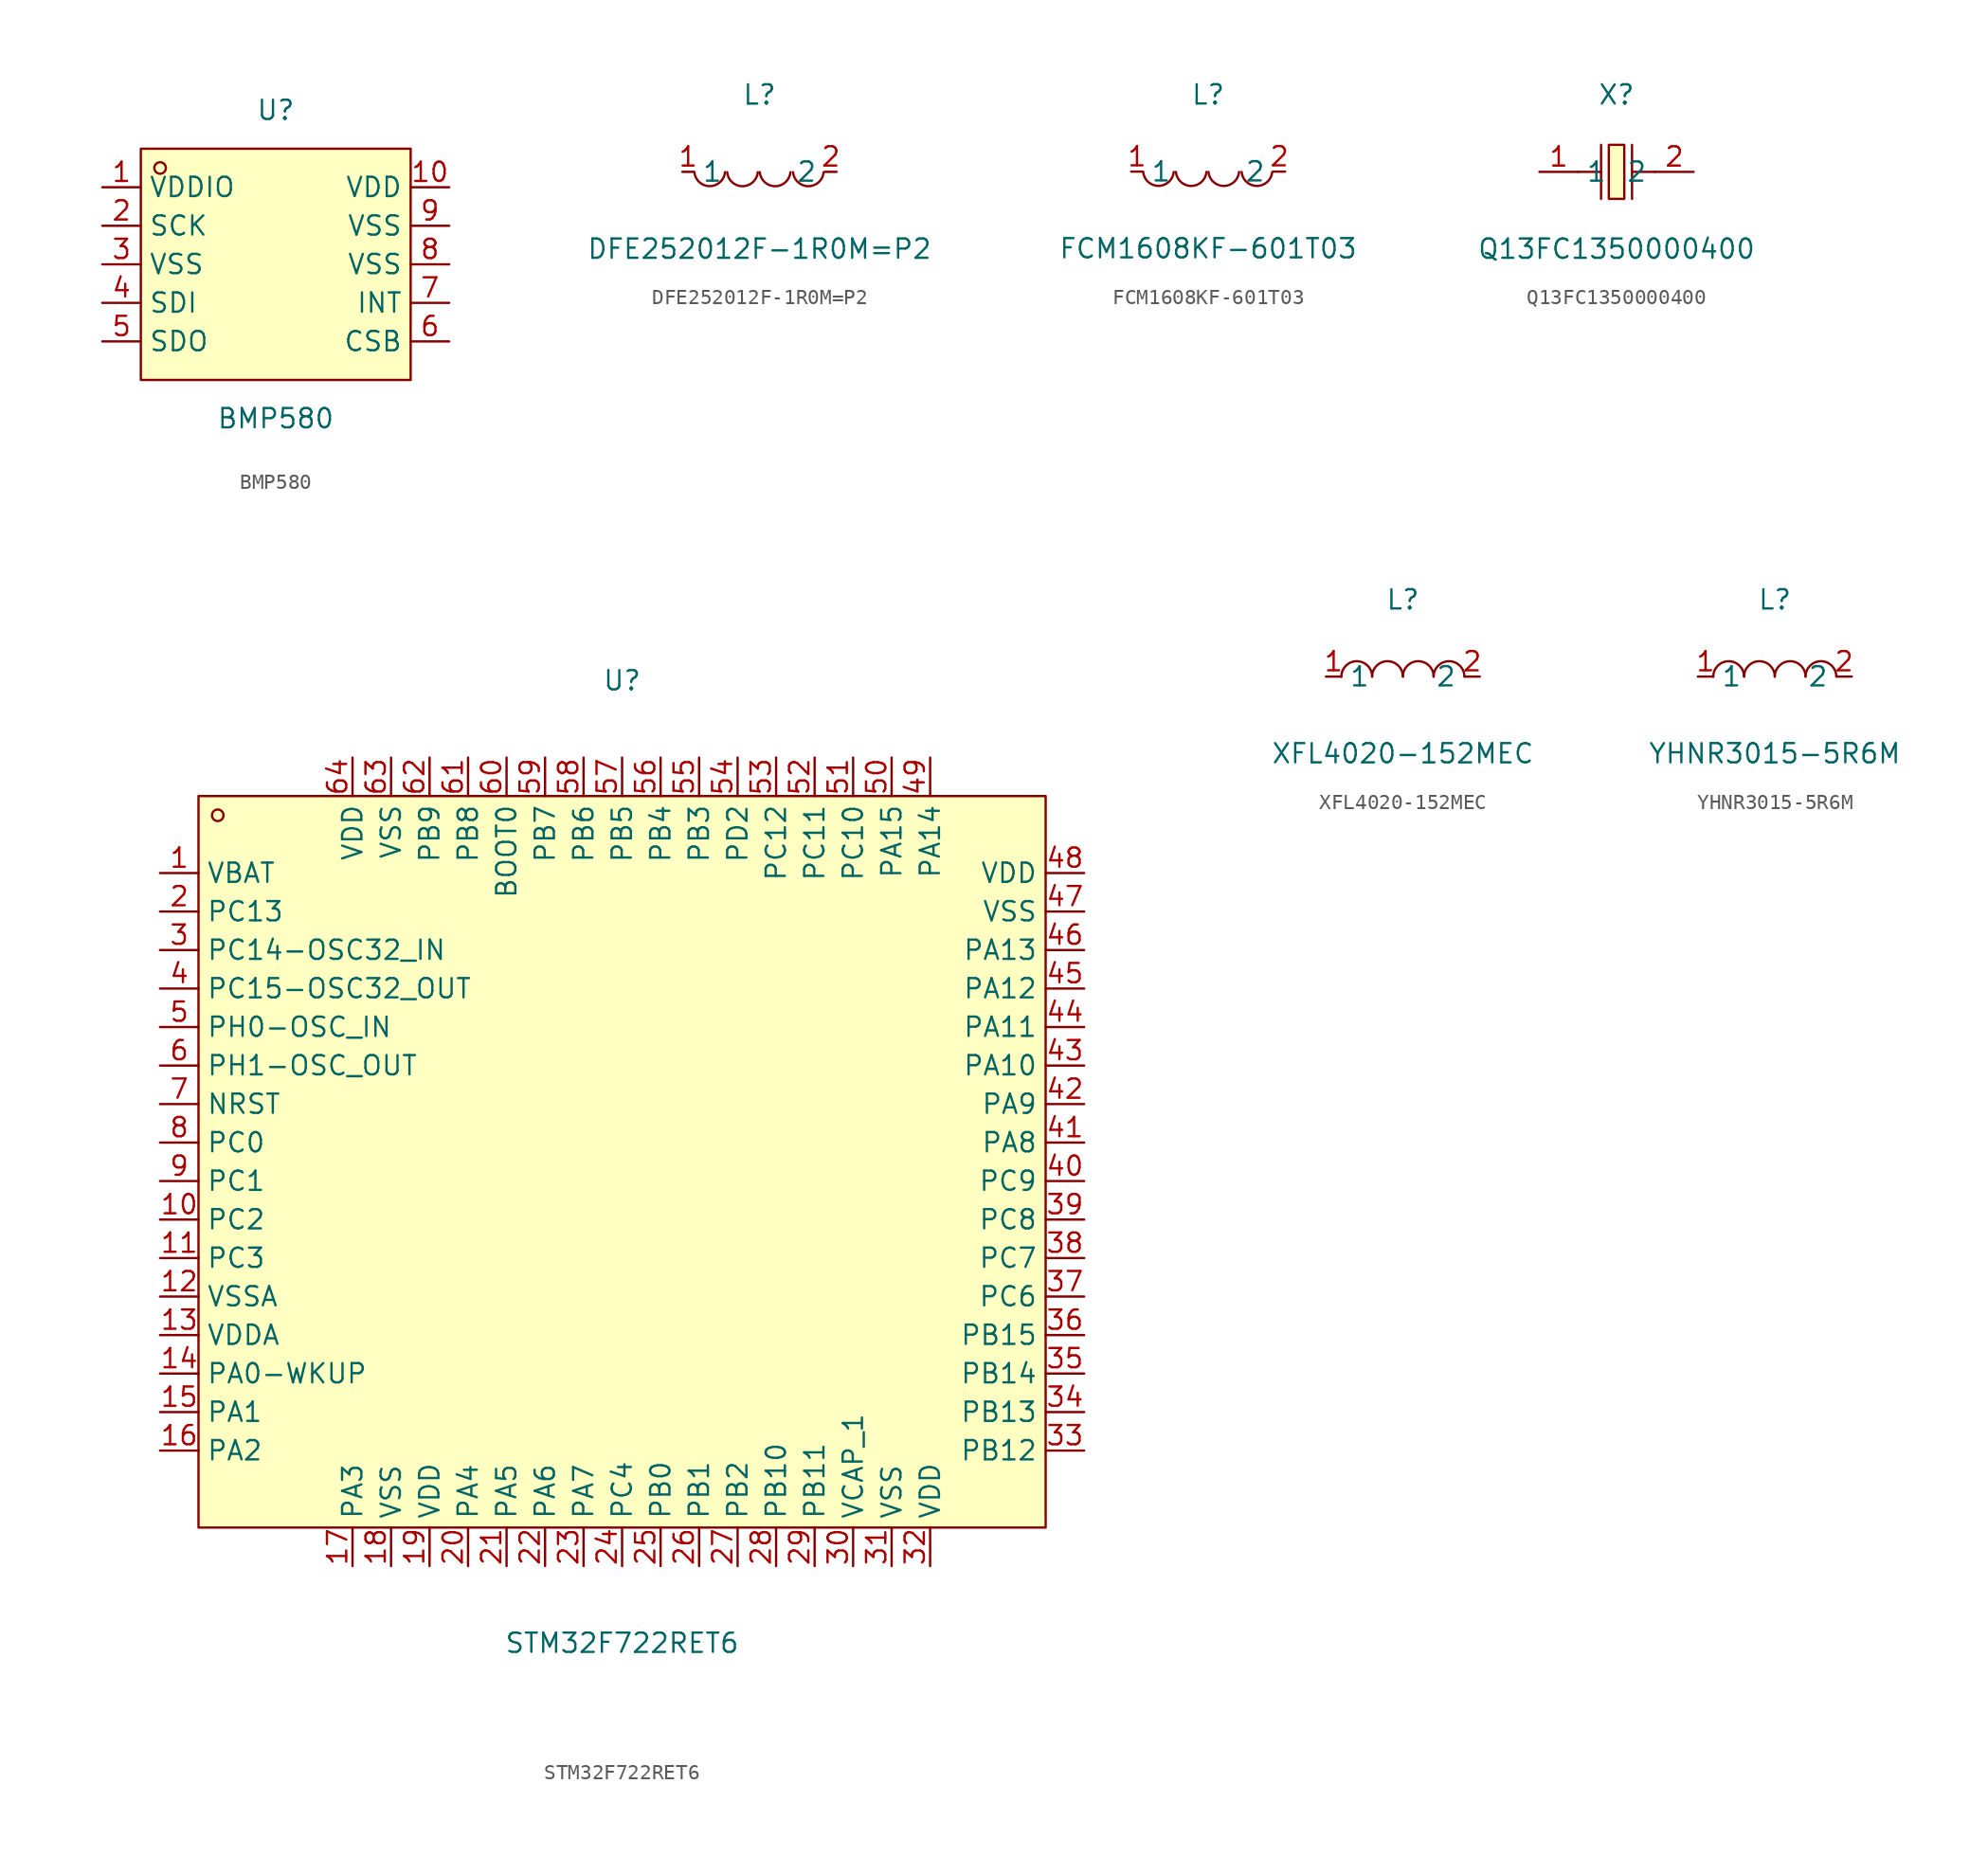
<source format=kicad_sym>
(kicad_symbol_lib
  (version 20211014)
  (generator https://github.com/uPesy/easyeda2kicad.py)
  (symbol "BMP580"
    (property "Reference" "U"
      (at 0 10.16 0)
      (effects (font (size 1.27 1.27))))
    (property "Value" "BMP580"
      (at 0 -10.16 0)
      (effects (font (size 1.27 1.27))))
    (symbol "BMP580_0_1"
      (rectangle (start -8.89 7.62) (end 8.89 -7.62) (stroke (width 0) (type default) (color 0 0 0 0)) (fill (type background)))
      (circle (center -7.62 6.35) (radius 0.38) (stroke (width 0) (type default) (color 0 0 0 0)) (fill (type none)))
      (pin unspecified line (at -11.43 5.08 0) (length 2.54) (name "VDDIO" (effects (font (size 1.27 1.27)))) (number "1" (effects (font (size 1.27 1.27)))))
      (pin unspecified line (at -11.43 2.54 0) (length 2.54) (name "SCK" (effects (font (size 1.27 1.27)))) (number "2" (effects (font (size 1.27 1.27)))))
      (pin unspecified line (at -11.43 -0.00 0) (length 2.54) (name "VSS" (effects (font (size 1.27 1.27)))) (number "3" (effects (font (size 1.27 1.27)))))
      (pin unspecified line (at -11.43 -2.54 0) (length 2.54) (name "SDI" (effects (font (size 1.27 1.27)))) (number "4" (effects (font (size 1.27 1.27)))))
      (pin unspecified line (at -11.43 -5.08 0) (length 2.54) (name "SDO" (effects (font (size 1.27 1.27)))) (number "5" (effects (font (size 1.27 1.27)))))
      (pin unspecified line (at 11.43 -5.08 180) (length 2.54) (name "CSB" (effects (font (size 1.27 1.27)))) (number "6" (effects (font (size 1.27 1.27)))))
      (pin unspecified line (at 11.43 -2.54 180) (length 2.54) (name "INT" (effects (font (size 1.27 1.27)))) (number "7" (effects (font (size 1.27 1.27)))))
      (pin unspecified line (at 11.43 -0.00 180) (length 2.54) (name "VSS" (effects (font (size 1.27 1.27)))) (number "8" (effects (font (size 1.27 1.27)))))
      (pin unspecified line (at 11.43 2.54 180) (length 2.54) (name "VSS" (effects (font (size 1.27 1.27)))) (number "9" (effects (font (size 1.27 1.27)))))
      (pin unspecified line (at 11.43 5.08 180) (length 2.54) (name "VDD" (effects (font (size 1.27 1.27)))) (number "10" (effects (font (size 1.27 1.27)))))))
  (symbol "DFE252012F-1R0M=P2"
    (property "Reference" "L"
      (at 0 5.08 0)
      (effects (font (size 1.27 1.27))))
    (property "Value" "DFE252012F-1R0M=P2"
      (at 0 -5.08 0)
      (effects (font (size 1.27 1.27))))
    (symbol "DFE252012F-1R0M=P2_0_1"
      (arc (start 2.21 -0.02) (mid 3.68 -1.01) (end 4.23 -0.02) (stroke (width 0) (type default) (color 0 0 0 0)) (fill (type none)))
      (arc (start 0.02 -0.02) (mid 1.49 -1.01) (end 2.04 -0.02) (stroke (width 0) (type default) (color 0 0 0 0)) (fill (type none)))
      (arc (start -2.13 -0.02) (mid -0.66 -1.01) (end -0.11 -0.02) (stroke (width 0) (type default) (color 0 0 0 0)) (fill (type none)))
      (arc (start -4.29 -0.02) (mid -2.81 -1.01) (end -2.27 -0.02) (stroke (width 0) (type default) (color 0 0 0 0)) (fill (type none)))
      (pin unspecified line (at -5.08 -0.00 0) (length 0.762) (name "1" (effects (font (size 1.27 1.27)))) (number "1" (effects (font (size 1.27 1.27)))))
      (pin unspecified line (at 5.08 -0.00 180) (length 0.762) (name "2" (effects (font (size 1.27 1.27)))) (number "2" (effects (font (size 1.27 1.27)))))))
  (symbol "FCM1608KF-601T03"
    (property "Reference" "L"
      (at 0 5.08 0)
      (effects (font (size 1.27 1.27))))
    (property "Value" "FCM1608KF-601T03"
      (at 0 -5.08 0)
      (effects (font (size 1.27 1.27))))
    (symbol "FCM1608KF-601T03_0_1"
      (arc (start -4.29 -0.02) (mid -2.81 -1.01) (end -2.27 -0.02) (stroke (width 0) (type default) (color 0 0 0 0)) (fill (type none)))
      (arc (start -2.13 -0.02) (mid -0.66 -1.01) (end -0.11 -0.02) (stroke (width 0) (type default) (color 0 0 0 0)) (fill (type none)))
      (arc (start 0.02 -0.02) (mid 1.49 -1.01) (end 2.04 -0.02) (stroke (width 0) (type default) (color 0 0 0 0)) (fill (type none)))
      (arc (start 2.21 -0.02) (mid 3.68 -1.01) (end 4.23 -0.02) (stroke (width 0) (type default) (color 0 0 0 0)) (fill (type none)))
      (pin unspecified line (at 5.08 -0.00 180) (length 0.762) (name "2" (effects (font (size 1.27 1.27)))) (number "2" (effects (font (size 1.27 1.27)))))
      (pin unspecified line (at -5.08 -0.00 0) (length 0.762) (name "1" (effects (font (size 1.27 1.27)))) (number "1" (effects (font (size 1.27 1.27)))))))
  (symbol "Q13FC1350000400"
    (property "Reference" "X"
      (at 0 5.08 0)
      (effects (font (size 1.27 1.27))))
    (property "Value" "Q13FC1350000400"
      (at 0 -5.08 0)
      (effects (font (size 1.27 1.27))))
    (symbol "Q13FC1350000400_0_1"
      (rectangle (start -0.51 1.78) (end 0.51 -1.78) (stroke (width 0) (type default) (color 0 0 0 0)) (fill (type background)))
      (polyline (pts (xy -1.02 1.78) (xy -1.02 -1.78)) (stroke (width 0) (type default) (color 0 0 0 0)) (fill (type none)))
      (polyline (pts (xy 1.02 1.78) (xy 1.02 -1.78)) (stroke (width 0) (type default) (color 0 0 0 0)) (fill (type none)))
      (polyline (pts (xy -2.54 -0.00) (xy -1.02 -0.00)) (stroke (width 0) (type default) (color 0 0 0 0)) (fill (type none)))
      (polyline (pts (xy 1.02 -0.00) (xy 2.54 -0.00)) (stroke (width 0) (type default) (color 0 0 0 0)) (fill (type none)))
      (pin unspecified line (at -5.08 -0.00 0) (length 2.54) (name "1" (effects (font (size 1.27 1.27)))) (number "1" (effects (font (size 1.27 1.27)))))
      (pin unspecified line (at 5.08 -0.00 180) (length 2.54) (name "2" (effects (font (size 1.27 1.27)))) (number "2" (effects (font (size 1.27 1.27)))))))
  (symbol "STM32F722RET6"
    (property "Reference" "U"
      (at 0 33.02 0)
      (effects (font (size 1.27 1.27))))
    (property "Value" "STM32F722RET6"
      (at 0 -30.48 0)
      (effects (font (size 1.27 1.27))))
    (symbol "STM32F722RET6_0_1"
      (rectangle (start -27.94 25.40) (end 27.94 -22.86) (stroke (width 0) (type default) (color 0 0 0 0)) (fill (type background)))
      (circle (center -26.67 24.13) (radius 0.38) (stroke (width 0) (type default) (color 0 0 0 0)) (fill (type none)))
      (pin unspecified line (at -30.48 20.32 0) (length 2.54) (name "VBAT" (effects (font (size 1.27 1.27)))) (number "1" (effects (font (size 1.27 1.27)))))
      (pin unspecified line (at -30.48 17.78 0) (length 2.54) (name "PC13" (effects (font (size 1.27 1.27)))) (number "2" (effects (font (size 1.27 1.27)))))
      (pin unspecified line (at -30.48 15.24 0) (length 2.54) (name "PC14-OSC32_IN" (effects (font (size 1.27 1.27)))) (number "3" (effects (font (size 1.27 1.27)))))
      (pin unspecified line (at -30.48 12.70 0) (length 2.54) (name "PC15-OSC32_OUT" (effects (font (size 1.27 1.27)))) (number "4" (effects (font (size 1.27 1.27)))))
      (pin unspecified line (at -30.48 10.16 0) (length 2.54) (name "PH0-OSC_IN" (effects (font (size 1.27 1.27)))) (number "5" (effects (font (size 1.27 1.27)))))
      (pin unspecified line (at -30.48 7.62 0) (length 2.54) (name "PH1-OSC_OUT" (effects (font (size 1.27 1.27)))) (number "6" (effects (font (size 1.27 1.27)))))
      (pin unspecified line (at -30.48 5.08 0) (length 2.54) (name "NRST" (effects (font (size 1.27 1.27)))) (number "7" (effects (font (size 1.27 1.27)))))
      (pin unspecified line (at -30.48 2.54 0) (length 2.54) (name "PC0" (effects (font (size 1.27 1.27)))) (number "8" (effects (font (size 1.27 1.27)))))
      (pin unspecified line (at -30.48 -0.00 0) (length 2.54) (name "PC1" (effects (font (size 1.27 1.27)))) (number "9" (effects (font (size 1.27 1.27)))))
      (pin unspecified line (at -30.48 -2.54 0) (length 2.54) (name "PC2" (effects (font (size 1.27 1.27)))) (number "10" (effects (font (size 1.27 1.27)))))
      (pin unspecified line (at -30.48 -5.08 0) (length 2.54) (name "PC3" (effects (font (size 1.27 1.27)))) (number "11" (effects (font (size 1.27 1.27)))))
      (pin unspecified line (at -30.48 -7.62 0) (length 2.54) (name "VSSA" (effects (font (size 1.27 1.27)))) (number "12" (effects (font (size 1.27 1.27)))))
      (pin unspecified line (at -30.48 -10.16 0) (length 2.54) (name "VDDA" (effects (font (size 1.27 1.27)))) (number "13" (effects (font (size 1.27 1.27)))))
      (pin unspecified line (at -30.48 -12.70 0) (length 2.54) (name "PA0-WKUP" (effects (font (size 1.27 1.27)))) (number "14" (effects (font (size 1.27 1.27)))))
      (pin unspecified line (at -30.48 -15.24 0) (length 2.54) (name "PA1" (effects (font (size 1.27 1.27)))) (number "15" (effects (font (size 1.27 1.27)))))
      (pin unspecified line (at -30.48 -17.78 0) (length 2.54) (name "PA2" (effects (font (size 1.27 1.27)))) (number "16" (effects (font (size 1.27 1.27)))))
      (pin unspecified line (at -17.78 -25.40 90) (length 2.54) (name "PA3" (effects (font (size 1.27 1.27)))) (number "17" (effects (font (size 1.27 1.27)))))
      (pin unspecified line (at -15.24 -25.40 90) (length 2.54) (name "VSS" (effects (font (size 1.27 1.27)))) (number "18" (effects (font (size 1.27 1.27)))))
      (pin unspecified line (at -12.70 -25.40 90) (length 2.54) (name "VDD" (effects (font (size 1.27 1.27)))) (number "19" (effects (font (size 1.27 1.27)))))
      (pin unspecified line (at -10.16 -25.40 90) (length 2.54) (name "PA4" (effects (font (size 1.27 1.27)))) (number "20" (effects (font (size 1.27 1.27)))))
      (pin unspecified line (at -7.62 -25.40 90) (length 2.54) (name "PA5" (effects (font (size 1.27 1.27)))) (number "21" (effects (font (size 1.27 1.27)))))
      (pin unspecified line (at -5.08 -25.40 90) (length 2.54) (name "PA6" (effects (font (size 1.27 1.27)))) (number "22" (effects (font (size 1.27 1.27)))))
      (pin unspecified line (at -2.54 -25.40 90) (length 2.54) (name "PA7" (effects (font (size 1.27 1.27)))) (number "23" (effects (font (size 1.27 1.27)))))
      (pin unspecified line (at 0.00 -25.40 90) (length 2.54) (name "PC4" (effects (font (size 1.27 1.27)))) (number "24" (effects (font (size 1.27 1.27)))))
      (pin unspecified line (at 2.54 -25.40 90) (length 2.54) (name "PB0" (effects (font (size 1.27 1.27)))) (number "25" (effects (font (size 1.27 1.27)))))
      (pin unspecified line (at 5.08 -25.40 90) (length 2.54) (name "PB1" (effects (font (size 1.27 1.27)))) (number "26" (effects (font (size 1.27 1.27)))))
      (pin unspecified line (at 7.62 -25.40 90) (length 2.54) (name "PB2" (effects (font (size 1.27 1.27)))) (number "27" (effects (font (size 1.27 1.27)))))
      (pin unspecified line (at 10.16 -25.40 90) (length 2.54) (name "PB10" (effects (font (size 1.27 1.27)))) (number "28" (effects (font (size 1.27 1.27)))))
      (pin unspecified line (at 12.70 -25.40 90) (length 2.54) (name "PB11" (effects (font (size 1.27 1.27)))) (number "29" (effects (font (size 1.27 1.27)))))
      (pin unspecified line (at 15.24 -25.40 90) (length 2.54) (name "VCAP_1" (effects (font (size 1.27 1.27)))) (number "30" (effects (font (size 1.27 1.27)))))
      (pin unspecified line (at 17.78 -25.40 90) (length 2.54) (name "VSS" (effects (font (size 1.27 1.27)))) (number "31" (effects (font (size 1.27 1.27)))))
      (pin unspecified line (at 20.32 -25.40 90) (length 2.54) (name "VDD" (effects (font (size 1.27 1.27)))) (number "32" (effects (font (size 1.27 1.27)))))
      (pin unspecified line (at 30.48 20.32 180) (length 2.54) (name "VDD" (effects (font (size 1.27 1.27)))) (number "48" (effects (font (size 1.27 1.27)))))
      (pin unspecified line (at 30.48 17.78 180) (length 2.54) (name "VSS" (effects (font (size 1.27 1.27)))) (number "47" (effects (font (size 1.27 1.27)))))
      (pin unspecified line (at 30.48 15.24 180) (length 2.54) (name "PA13" (effects (font (size 1.27 1.27)))) (number "46" (effects (font (size 1.27 1.27)))))
      (pin unspecified line (at 30.48 12.70 180) (length 2.54) (name "PA12" (effects (font (size 1.27 1.27)))) (number "45" (effects (font (size 1.27 1.27)))))
      (pin unspecified line (at 30.48 10.16 180) (length 2.54) (name "PA11" (effects (font (size 1.27 1.27)))) (number "44" (effects (font (size 1.27 1.27)))))
      (pin unspecified line (at 30.48 7.62 180) (length 2.54) (name "PA10" (effects (font (size 1.27 1.27)))) (number "43" (effects (font (size 1.27 1.27)))))
      (pin unspecified line (at 30.48 5.08 180) (length 2.54) (name "PA9" (effects (font (size 1.27 1.27)))) (number "42" (effects (font (size 1.27 1.27)))))
      (pin unspecified line (at 30.48 2.54 180) (length 2.54) (name "PA8" (effects (font (size 1.27 1.27)))) (number "41" (effects (font (size 1.27 1.27)))))
      (pin unspecified line (at 30.48 -0.00 180) (length 2.54) (name "PC9" (effects (font (size 1.27 1.27)))) (number "40" (effects (font (size 1.27 1.27)))))
      (pin unspecified line (at 30.48 -2.54 180) (length 2.54) (name "PC8" (effects (font (size 1.27 1.27)))) (number "39" (effects (font (size 1.27 1.27)))))
      (pin unspecified line (at 30.48 -5.08 180) (length 2.54) (name "PC7" (effects (font (size 1.27 1.27)))) (number "38" (effects (font (size 1.27 1.27)))))
      (pin unspecified line (at 30.48 -7.62 180) (length 2.54) (name "PC6" (effects (font (size 1.27 1.27)))) (number "37" (effects (font (size 1.27 1.27)))))
      (pin unspecified line (at 30.48 -10.16 180) (length 2.54) (name "PB15" (effects (font (size 1.27 1.27)))) (number "36" (effects (font (size 1.27 1.27)))))
      (pin unspecified line (at 30.48 -12.70 180) (length 2.54) (name "PB14" (effects (font (size 1.27 1.27)))) (number "35" (effects (font (size 1.27 1.27)))))
      (pin unspecified line (at 30.48 -15.24 180) (length 2.54) (name "PB13" (effects (font (size 1.27 1.27)))) (number "34" (effects (font (size 1.27 1.27)))))
      (pin unspecified line (at 30.48 -17.78 180) (length 2.54) (name "PB12" (effects (font (size 1.27 1.27)))) (number "33" (effects (font (size 1.27 1.27)))))
      (pin unspecified line (at -17.78 27.94 270) (length 2.54) (name "VDD" (effects (font (size 1.27 1.27)))) (number "64" (effects (font (size 1.27 1.27)))))
      (pin unspecified line (at -15.24 27.94 270) (length 2.54) (name "VSS" (effects (font (size 1.27 1.27)))) (number "63" (effects (font (size 1.27 1.27)))))
      (pin unspecified line (at -12.70 27.94 270) (length 2.54) (name "PB9" (effects (font (size 1.27 1.27)))) (number "62" (effects (font (size 1.27 1.27)))))
      (pin unspecified line (at -10.16 27.94 270) (length 2.54) (name "PB8" (effects (font (size 1.27 1.27)))) (number "61" (effects (font (size 1.27 1.27)))))
      (pin unspecified line (at -7.62 27.94 270) (length 2.54) (name "BOOT0" (effects (font (size 1.27 1.27)))) (number "60" (effects (font (size 1.27 1.27)))))
      (pin unspecified line (at -5.08 27.94 270) (length 2.54) (name "PB7" (effects (font (size 1.27 1.27)))) (number "59" (effects (font (size 1.27 1.27)))))
      (pin unspecified line (at -2.54 27.94 270) (length 2.54) (name "PB6" (effects (font (size 1.27 1.27)))) (number "58" (effects (font (size 1.27 1.27)))))
      (pin unspecified line (at 0.00 27.94 270) (length 2.54) (name "PB5" (effects (font (size 1.27 1.27)))) (number "57" (effects (font (size 1.27 1.27)))))
      (pin unspecified line (at 2.54 27.94 270) (length 2.54) (name "PB4" (effects (font (size 1.27 1.27)))) (number "56" (effects (font (size 1.27 1.27)))))
      (pin unspecified line (at 5.08 27.94 270) (length 2.54) (name "PB3" (effects (font (size 1.27 1.27)))) (number "55" (effects (font (size 1.27 1.27)))))
      (pin unspecified line (at 7.62 27.94 270) (length 2.54) (name "PD2" (effects (font (size 1.27 1.27)))) (number "54" (effects (font (size 1.27 1.27)))))
      (pin unspecified line (at 10.16 27.94 270) (length 2.54) (name "PC12" (effects (font (size 1.27 1.27)))) (number "53" (effects (font (size 1.27 1.27)))))
      (pin unspecified line (at 12.70 27.94 270) (length 2.54) (name "PC11" (effects (font (size 1.27 1.27)))) (number "52" (effects (font (size 1.27 1.27)))))
      (pin unspecified line (at 15.24 27.94 270) (length 2.54) (name "PC10" (effects (font (size 1.27 1.27)))) (number "51" (effects (font (size 1.27 1.27)))))
      (pin unspecified line (at 17.78 27.94 270) (length 2.54) (name "PA15" (effects (font (size 1.27 1.27)))) (number "50" (effects (font (size 1.27 1.27)))))
      (pin unspecified line (at 20.32 27.94 270) (length 2.54) (name "PA14" (effects (font (size 1.27 1.27)))) (number "49" (effects (font (size 1.27 1.27)))))))
  (symbol "XFL4020-152MEC"
    (property "Reference" "L"
      (at 0 5.08 0)
      (effects (font (size 1.27 1.27))))
    (property "Value" "XFL4020-152MEC"
      (at 0 -5.08 0)
      (effects (font (size 1.27 1.27))))
    (symbol "XFL4020-152MEC_0_1"
      (arc (start 0.00 -0.01) (mid 1.23 0.99) (end 2.03 0.01) (stroke (width 0) (type default) (color 0 0 0 0)) (fill (type none)))
      (arc (start 2.03 -0.01) (mid 3.26 0.99) (end 4.06 0.01) (stroke (width 0) (type default) (color 0 0 0 0)) (fill (type none)))
      (arc (start -2.03 -0.01) (mid -0.80 0.99) (end 0.00 0.01) (stroke (width 0) (type default) (color 0 0 0 0)) (fill (type none)))
      (arc (start -4.06 -0.01) (mid -2.83 0.99) (end -2.03 0.01) (stroke (width 0) (type default) (color 0 0 0 0)) (fill (type none)))
      (pin unspecified line (at -5.08 -0.00 0) (length 1.016) (name "1" (effects (font (size 1.27 1.27)))) (number "1" (effects (font (size 1.27 1.27)))))
      (pin unspecified line (at 5.08 -0.00 180) (length 1.016) (name "2" (effects (font (size 1.27 1.27)))) (number "2" (effects (font (size 1.27 1.27)))))))
  (symbol "YHNR3015-5R6M"
    (property "Reference" "L"
      (at 0 5.08 0)
      (effects (font (size 1.27 1.27))))
    (property "Value" "YHNR3015-5R6M"
      (at 0 -5.08 0)
      (effects (font (size 1.27 1.27))))
    (symbol "YHNR3015-5R6M_0_1"
      (arc (start -4.06 -0.01) (mid -2.83 0.99) (end -2.03 0.01) (stroke (width 0) (type default) (color 0 0 0 0)) (fill (type none)))
      (arc (start -2.03 -0.01) (mid -0.80 0.99) (end 0.00 0.01) (stroke (width 0) (type default) (color 0 0 0 0)) (fill (type none)))
      (arc (start 2.03 -0.01) (mid 3.26 0.99) (end 4.06 0.01) (stroke (width 0) (type default) (color 0 0 0 0)) (fill (type none)))
      (arc (start 0.00 -0.01) (mid 1.23 0.99) (end 2.03 0.01) (stroke (width 0) (type default) (color 0 0 0 0)) (fill (type none)))
      (pin unspecified line (at 5.08 -0.00 180) (length 1.016) (name "2" (effects (font (size 1.27 1.27)))) (number "2" (effects (font (size 1.27 1.27)))))
      (pin unspecified line (at -5.08 -0.00 0) (length 1.016) (name "1" (effects (font (size 1.27 1.27)))) (number "1" (effects (font (size 1.27 1.27))))))))
</source>
